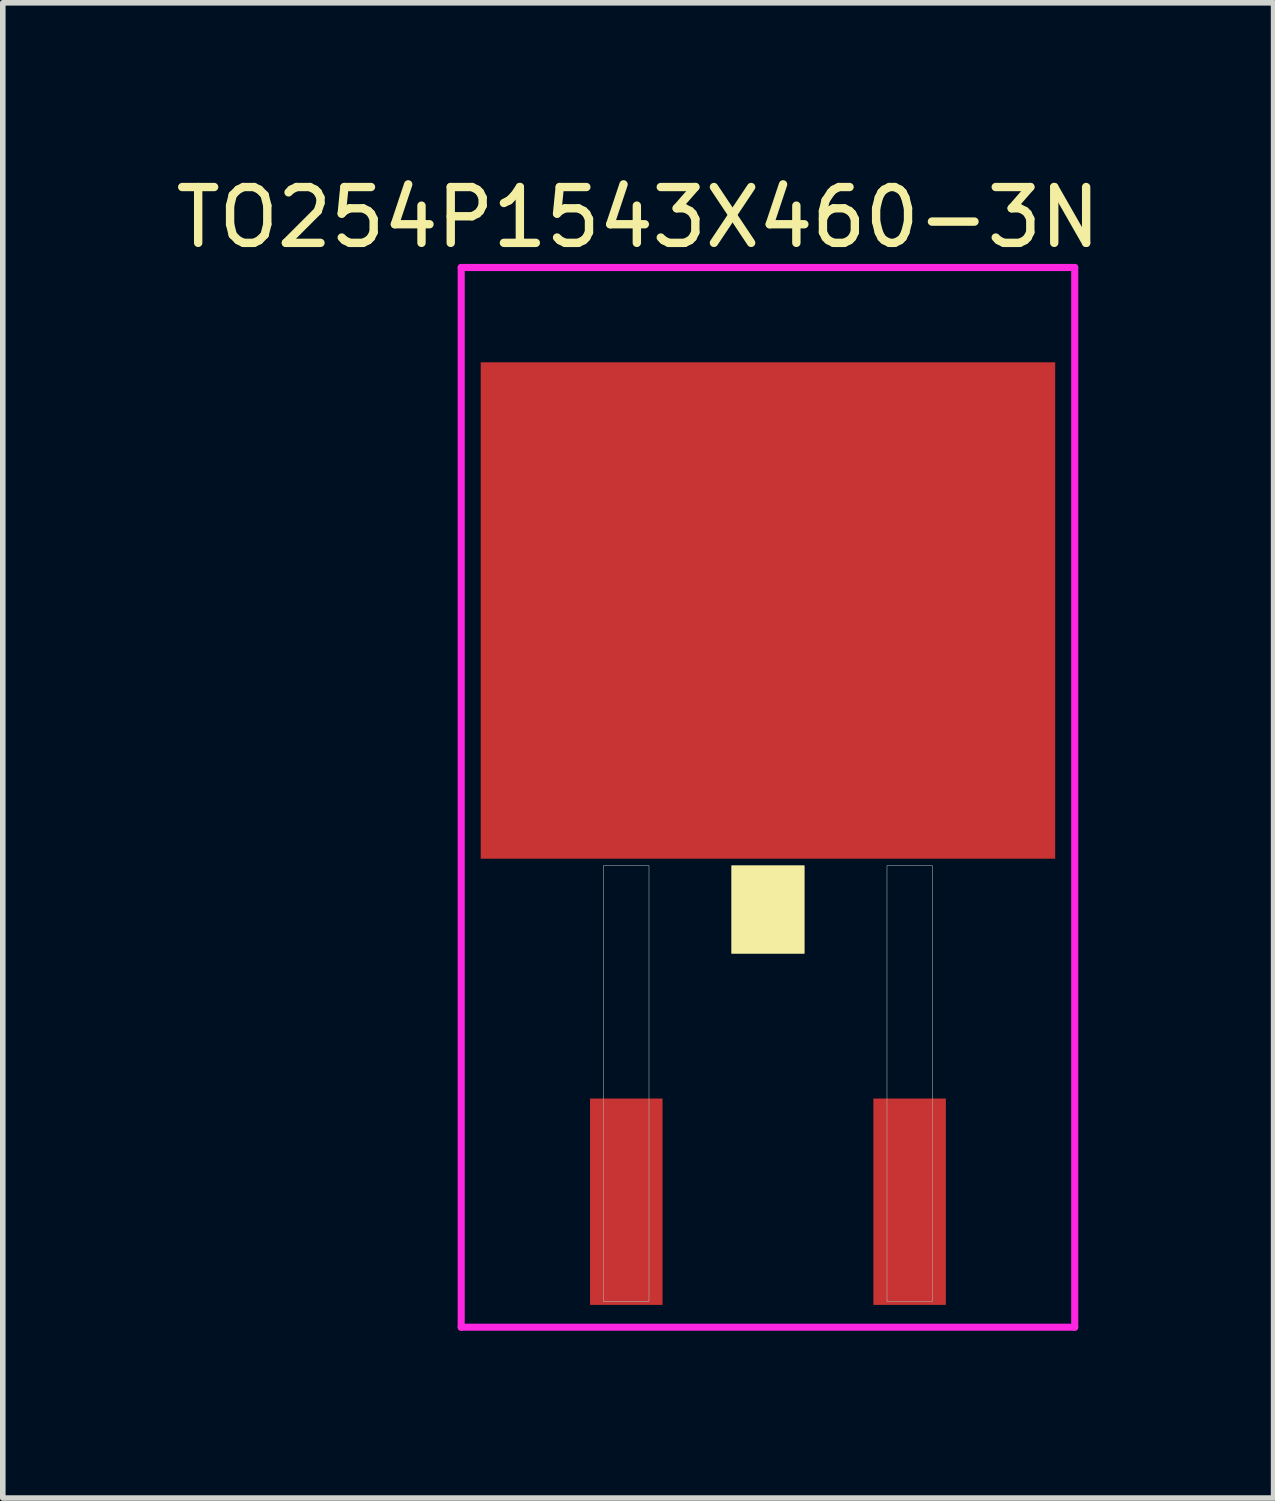
<source format=kicad_pcb>
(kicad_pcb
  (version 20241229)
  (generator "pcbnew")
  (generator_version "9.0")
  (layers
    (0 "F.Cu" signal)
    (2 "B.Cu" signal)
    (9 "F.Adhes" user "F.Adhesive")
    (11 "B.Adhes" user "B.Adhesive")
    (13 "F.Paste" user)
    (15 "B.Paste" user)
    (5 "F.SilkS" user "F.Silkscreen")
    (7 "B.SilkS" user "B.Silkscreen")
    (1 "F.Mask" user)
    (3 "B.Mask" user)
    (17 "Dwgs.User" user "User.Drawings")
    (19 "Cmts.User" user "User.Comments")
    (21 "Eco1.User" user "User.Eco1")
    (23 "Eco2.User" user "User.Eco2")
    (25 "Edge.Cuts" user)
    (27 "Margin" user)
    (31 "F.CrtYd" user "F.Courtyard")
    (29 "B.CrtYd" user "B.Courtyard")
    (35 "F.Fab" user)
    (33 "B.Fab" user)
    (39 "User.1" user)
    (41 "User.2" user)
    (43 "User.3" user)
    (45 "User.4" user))
  (footprint "TO254P1543X460-3N"
    (layer "F.Cu")
    (at 10.719 18.496)
    (property "Reference" "TO254P1543X460-3N" (at -2.327 -17.647 0) (layer "F.SilkS") (effects (font (size 1.001 1.001) (thickness 0.15))))
    (attr through_hole)
    (fp_poly (pts (xy -0.65 -6.025) (xy 0.65 -6.025) (xy 0.65 -4.451) (xy -0.65 -4.451)) (stroke (width 0.01) (type solid)) (fill yes) (layer "F.SilkS"))
    (fp_line (start -5.5 -16.75) (end 5.5 -16.75) (stroke (width 0.127) (type solid)) (layer "F.CrtYd"))
    (fp_line (start -5.5 2.25) (end -5.5 -16.75) (stroke (width 0.127) (type solid)) (layer "F.CrtYd"))
    (fp_line (start 5.5 -16.75) (end 5.5 2.25) (stroke (width 0.127) (type solid)) (layer "F.CrtYd"))
    (fp_line (start 5.5 2.25) (end -5.5 2.25) (stroke (width 0.127) (type solid)) (layer "F.CrtYd"))
    (fp_poly (pts (xy -2.949 -6.026) (xy -2.133 -6.026) (xy -2.133 1.789) (xy -2.949 1.789)) (stroke (width 0.01) (type solid)) (fill no) (layer "F.Fab"))
    (fp_poly (pts (xy 2.134 -6.026) (xy 2.947 -6.026) (xy 2.947 1.79) (xy 2.134 1.79)) (stroke (width 0.01) (type solid)) (fill no) (layer "F.Fab"))
    (pad "1" smd rect (at -2.54 0) (size 1.3 3.7) (layers "F.Cu" "F.Mask" "F.Paste"))
    (pad "3" smd rect (at 2.54 0) (size 1.3 3.7) (layers "F.Cu" "F.Mask" "F.Paste"))
    (pad "4" smd rect (at 0 -10.6) (size 10.3 8.9) (layers "F.Cu" "F.Mask" "F.Paste")))
  (gr_rect
    (start -3 -3)
    (end 19.785 23.809)
    (stroke (width 0.1) (type default))
    (fill no)
    (layer "Edge.Cuts")))
</source>
